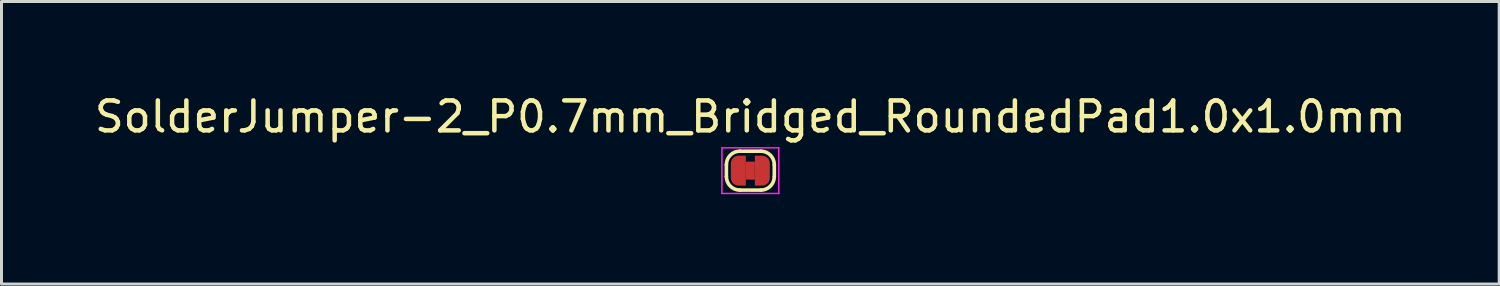
<source format=kicad_pcb>
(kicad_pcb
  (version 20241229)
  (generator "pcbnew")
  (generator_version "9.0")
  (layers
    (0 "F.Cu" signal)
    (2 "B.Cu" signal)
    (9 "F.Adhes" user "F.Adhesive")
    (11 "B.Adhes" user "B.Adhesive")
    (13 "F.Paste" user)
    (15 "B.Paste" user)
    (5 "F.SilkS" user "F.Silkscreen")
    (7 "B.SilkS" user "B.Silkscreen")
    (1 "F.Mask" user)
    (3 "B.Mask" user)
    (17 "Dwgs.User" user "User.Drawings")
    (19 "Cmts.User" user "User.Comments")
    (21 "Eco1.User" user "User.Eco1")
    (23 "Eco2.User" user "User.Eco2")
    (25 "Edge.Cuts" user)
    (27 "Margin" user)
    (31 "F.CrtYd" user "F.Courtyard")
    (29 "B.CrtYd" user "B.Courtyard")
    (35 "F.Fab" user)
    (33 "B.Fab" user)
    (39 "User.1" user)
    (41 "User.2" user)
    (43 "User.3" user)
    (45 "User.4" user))
  (footprint "SolderJumper-2_P0.7mm_Bridged_RoundedPad1.0x1.0mm"
    (layer "F.Cu")
    (at 22.006 2.648)
    (property "Reference" "SolderJumper-2_P0.7mm_Bridged_RoundedPad1.0x1.0mm" (at 0 -1.8 0) (layer "F.SilkS") (effects (font (size 1 1) (thickness 0.15))))
    (attr exclude_from_pos_files exclude_from_bom)
    (fp_poly (pts (xy 0.15 -0.3) (xy -0.15 -0.3) (xy -0.15 0.3) (xy 0.15 0.3)) (stroke (width 0) (type solid)) (fill yes) (layer "F.Cu"))
    (fp_line (start -0.8 0.2) (end -0.8 -0.2) (stroke (width 0.12) (type solid)) (layer "F.SilkS"))
    (fp_line (start -0.35 -0.65) (end 0.35 -0.65) (stroke (width 0.12) (type solid)) (layer "F.SilkS"))
    (fp_line (start 0.35 0.65) (end -0.35 0.65) (stroke (width 0.12) (type solid)) (layer "F.SilkS"))
    (fp_line (start 0.8 -0.2) (end 0.8 0.2) (stroke (width 0.12) (type solid)) (layer "F.SilkS"))
    (fp_arc (start -0.8 -0.2) (mid -0.668198 -0.518198) (end -0.35 -0.65) (stroke (width 0.12) (type solid)) (layer "F.SilkS"))
    (fp_arc (start -0.35 0.65) (mid -0.668198 0.518198) (end -0.8 0.2) (stroke (width 0.12) (type solid)) (layer "F.SilkS"))
    (fp_arc (start 0.35 -0.65) (mid 0.668198 -0.518198) (end 0.8 -0.2) (stroke (width 0.12) (type solid)) (layer "F.SilkS"))
    (fp_arc (start 0.8 0.2) (mid 0.668198 0.518198) (end 0.35 0.65) (stroke (width 0.12) (type solid)) (layer "F.SilkS"))
    (fp_line (start -0.95 -0.762) (end -0.95 0.762) (stroke (width 0.05) (type solid)) (layer "F.CrtYd"))
    (fp_line (start -0.95 -0.762) (end 0.95 -0.762) (stroke (width 0.05) (type solid)) (layer "F.CrtYd"))
    (fp_line (start 0.95 0.762) (end -0.95 0.762) (stroke (width 0.05) (type solid)) (layer "F.CrtYd"))
    (fp_line (start 0.95 0.762) (end 0.95 -0.762) (stroke (width 0.05) (type solid)) (layer "F.CrtYd"))
    (pad "1" smd custom (at -0.4 0) (size 0.5 0.5) (layers "F.Cu" "F.Mask") (options (anchor rect)) (primitives (gr_circle (center 0 0.25) (end 0.25 0.25) (width 0) (fill yes)) (gr_circle (center 0 -0.25) (end 0.25 -0.25) (width 0) (fill yes)) (gr_poly (pts (xy 0 -0.5) (xy 0.25 -0.5) (xy 0.25 0.5) (xy 0 0.5)) (width 0) (fill yes))))
    (pad "2" smd custom (at 0.4 0) (size 0.5 0.5) (layers "F.Cu" "F.Mask") (options (anchor rect)) (primitives (gr_circle (center 0 0.25) (end 0.25 0.25) (width 0) (fill yes)) (gr_circle (center 0 -0.25) (end 0.25 -0.25) (width 0) (fill yes)) (gr_poly (pts (xy 0 -0.5) (xy -0.25 -0.5) (xy -0.25 0.5) (xy 0 0.5)) (width 0) (fill yes)))))
  (gr_rect
    (start -3 -3)
    (end 47.012 6.435)
    (stroke (width 0.1) (type default))
    (fill no)
    (layer "Edge.Cuts")))
</source>
